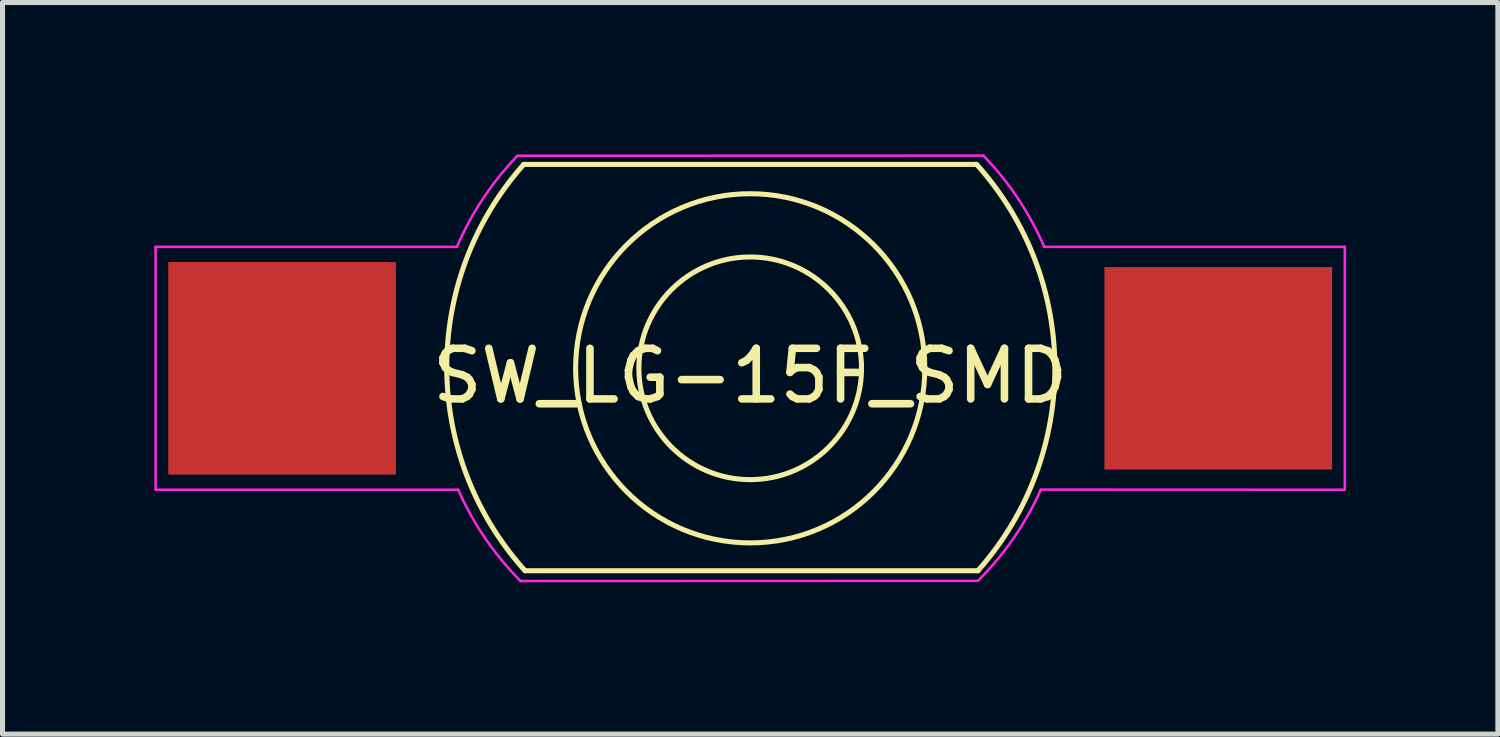
<source format=kicad_pcb>
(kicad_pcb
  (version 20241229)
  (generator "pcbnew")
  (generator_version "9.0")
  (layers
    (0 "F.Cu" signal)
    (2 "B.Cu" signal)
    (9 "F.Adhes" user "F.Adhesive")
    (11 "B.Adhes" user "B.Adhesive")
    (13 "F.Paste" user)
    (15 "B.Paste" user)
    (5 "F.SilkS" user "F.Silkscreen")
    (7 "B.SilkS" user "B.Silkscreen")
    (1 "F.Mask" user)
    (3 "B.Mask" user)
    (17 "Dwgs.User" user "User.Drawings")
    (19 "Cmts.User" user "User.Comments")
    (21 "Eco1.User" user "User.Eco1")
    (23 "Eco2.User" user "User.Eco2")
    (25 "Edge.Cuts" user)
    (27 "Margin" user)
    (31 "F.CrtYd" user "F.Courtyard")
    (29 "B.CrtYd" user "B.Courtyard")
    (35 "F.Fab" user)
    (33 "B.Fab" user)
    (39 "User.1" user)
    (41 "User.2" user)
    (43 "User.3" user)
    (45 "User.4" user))
  (footprint "SW_LG-15F_SMD"
    (layer "F.Cu")
    (at 11.775 4.228)
    (property "Reference" "SW_LG-15F_SMD" (at 0 0.15 180) (layer "F.SilkS") (effects (font (size 1 1) (thickness 0.15))))
    (attr through_hole)
    (fp_line (start -4.45 4) (end 4.5 4) (stroke (width 0.1) (type solid)) (layer "F.SilkS"))
    (fp_line (start 4.474 -4.029) (end -4.476 -4.029) (stroke (width 0.1) (type solid)) (layer "F.SilkS"))
    (fp_arc (start -4.45 4) (mid -5.996445 -0.009446) (end -4.475679 -4.028703) (stroke (width 0.1) (type solid)) (layer "F.SilkS"))
    (fp_arc (start 4.474321 -4.028703) (mid 6.020766 -0.019257) (end 4.5 4) (stroke (width 0.1) (type solid)) (layer "F.SilkS"))
    (fp_circle (center 0 0) (end 2.2 0) (stroke (width 0.1) (type solid)) (fill no) (layer "F.SilkS"))
    (fp_circle (center 0 0) (end 3.45 0) (stroke (width 0.1) (type solid)) (fill no) (layer "F.SilkS"))
    (fp_line (start -11.75 -2.4) (end -11.75 2.4) (stroke (width 0.05) (type solid)) (layer "F.CrtYd"))
    (fp_line (start -11.75 -2.4) (end -5.8 -2.4) (stroke (width 0.05) (type solid)) (layer "F.CrtYd"))
    (fp_line (start -11.75 2.4) (end -5.77 2.4) (stroke (width 0.05) (type solid)) (layer "F.CrtYd"))
    (fp_line (start -4.6 -4.2) (end 4.608 -4.203) (stroke (width 0.05) (type solid)) (layer "F.CrtYd"))
    (fp_line (start -4.539 4.204) (end 4.5 4.2) (stroke (width 0.05) (type solid)) (layer "F.CrtYd"))
    (fp_line (start 5.744 2.397) (end 11.75 2.4) (stroke (width 0.05) (type solid)) (layer "F.CrtYd"))
    (fp_line (start 5.81 -2.4) (end 11.75 -2.4) (stroke (width 0.05) (type solid)) (layer "F.CrtYd"))
    (fp_line (start 11.75 -2.4) (end 11.75 2.4) (stroke (width 0.05) (type solid)) (layer "F.CrtYd"))
    (fp_arc (start -5.79638 -2.398447) (mid -5.27989 -3.353479) (end -4.6 -4.2) (stroke (width 0.05) (type solid)) (layer "F.CrtYd"))
    (fp_arc (start -4.538565 4.204473) (mid -5.23697 3.358666) (end -5.77 2.4) (stroke (width 0.05) (type solid)) (layer "F.CrtYd"))
    (fp_arc (start 4.608306 -4.202628) (mid 5.291207 -3.356014) (end 5.81 -2.4) (stroke (width 0.05) (type solid)) (layer "F.CrtYd"))
    (fp_arc (start 5.743937 2.397298) (mid 5.205488 3.356281) (end 4.5 4.2) (stroke (width 0.05) (type solid)) (layer "F.CrtYd"))
    (pad "1" smd rect (at -9.25 0) (size 4.5 4.2) (layers "F.Cu" "F.Mask" "F.Paste"))
    (pad "2" smd rect (at 9.25 0) (size 4.5 4) (layers "F.Cu" "F.Mask" "F.Paste")))
  (gr_rect
    (start -3 -3)
    (end 26.55 11.457)
    (stroke (width 0.1) (type default))
    (fill no)
    (layer "Edge.Cuts")))
</source>
